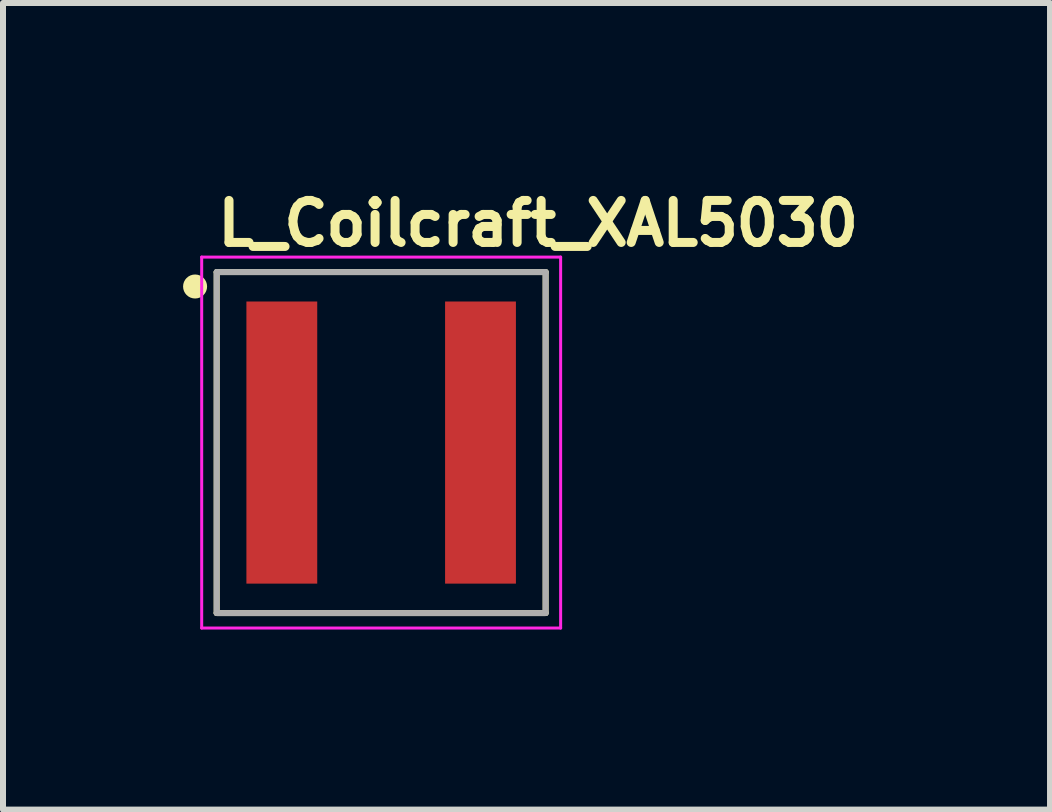
<source format=kicad_pcb>
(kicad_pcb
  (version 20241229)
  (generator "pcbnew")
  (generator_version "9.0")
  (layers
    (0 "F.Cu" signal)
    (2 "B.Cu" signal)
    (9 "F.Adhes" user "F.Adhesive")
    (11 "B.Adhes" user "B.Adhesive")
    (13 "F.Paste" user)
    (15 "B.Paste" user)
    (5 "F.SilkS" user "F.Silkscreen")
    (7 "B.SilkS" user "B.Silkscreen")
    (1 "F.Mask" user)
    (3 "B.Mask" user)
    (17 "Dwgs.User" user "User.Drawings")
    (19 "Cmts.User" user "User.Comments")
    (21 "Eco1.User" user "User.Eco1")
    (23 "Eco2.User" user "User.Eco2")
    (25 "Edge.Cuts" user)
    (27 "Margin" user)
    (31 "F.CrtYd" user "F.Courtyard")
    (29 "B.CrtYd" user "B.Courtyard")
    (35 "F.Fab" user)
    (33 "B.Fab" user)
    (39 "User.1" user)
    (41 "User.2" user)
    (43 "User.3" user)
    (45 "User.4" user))
  (footprint "L_Coilcraft_XAL5030"
    (layer "F.Cu")
    (at 3.3 4.323)
    (property "Reference" "L_Coilcraft_XAL5030" (at -2.8 -3.65 0) (layer "F.SilkS") (effects (font (size 0.7 0.7) (thickness 0.15)) (justify left)))
    (attr smd)
    (fp_line (start -2.74 -2.84) (end 2.74 -2.84) (stroke (width 0.1) (type solid)) (layer "F.SilkS"))
    (fp_line (start -2.74 2.84) (end -2.74 -2.84) (stroke (width 0.1) (type solid)) (layer "F.SilkS"))
    (fp_line (start -2.74 2.84) (end 2.74 2.84) (stroke (width 0.1) (type solid)) (layer "F.SilkS"))
    (fp_line (start 2.74 2.84) (end 2.74 -2.84) (stroke (width 0.1) (type solid)) (layer "F.SilkS"))
    (fp_circle (center -3.1 -2.6) (end -3 -2.6) (stroke (width 0.2) (type solid)) (fill no) (layer "F.SilkS"))
    (fp_line (start -2.99 -3.09) (end -2.99 3.09) (stroke (width 0.05) (type solid)) (layer "F.CrtYd"))
    (fp_line (start -2.99 3.09) (end 2.99 3.09) (stroke (width 0.05) (type solid)) (layer "F.CrtYd"))
    (fp_line (start 2.99 -3.09) (end -2.99 -3.09) (stroke (width 0.05) (type solid)) (layer "F.CrtYd"))
    (fp_line (start 2.99 -3.09) (end 2.99 3.09) (stroke (width 0.05) (type solid)) (layer "F.CrtYd"))
    (fp_line (start -2.74 -2.84) (end 2.74 -2.84) (stroke (width 0.1) (type solid)) (layer "F.Fab"))
    (fp_line (start -2.74 2.84) (end -2.74 -2.84) (stroke (width 0.1) (type solid)) (layer "F.Fab"))
    (fp_line (start 2.74 -2.84) (end 2.74 2.84) (stroke (width 0.1) (type solid)) (layer "F.Fab"))
    (fp_line (start 2.74 2.84) (end -2.74 2.84) (stroke (width 0.1) (type solid)) (layer "F.Fab"))
    (fp_rect (start -2.74 -2.84) (end 2.74 2.84) (stroke (width 0.1) (type solid)) (fill no) (layer "User.5"))
    (pad "1" smd rect (at -1.655 0) (size 1.18 4.7) (layers "F.Cu" "F.Mask" "F.Paste"))
    (pad "2" smd rect (at 1.655 0) (size 1.18 4.7) (layers "F.Cu" "F.Mask" "F.Paste")))
  (gr_rect
    (start -3 -3)
    (end 14.443 10.438)
    (stroke (width 0.1) (type default))
    (fill no)
    (layer "Edge.Cuts")))
</source>
